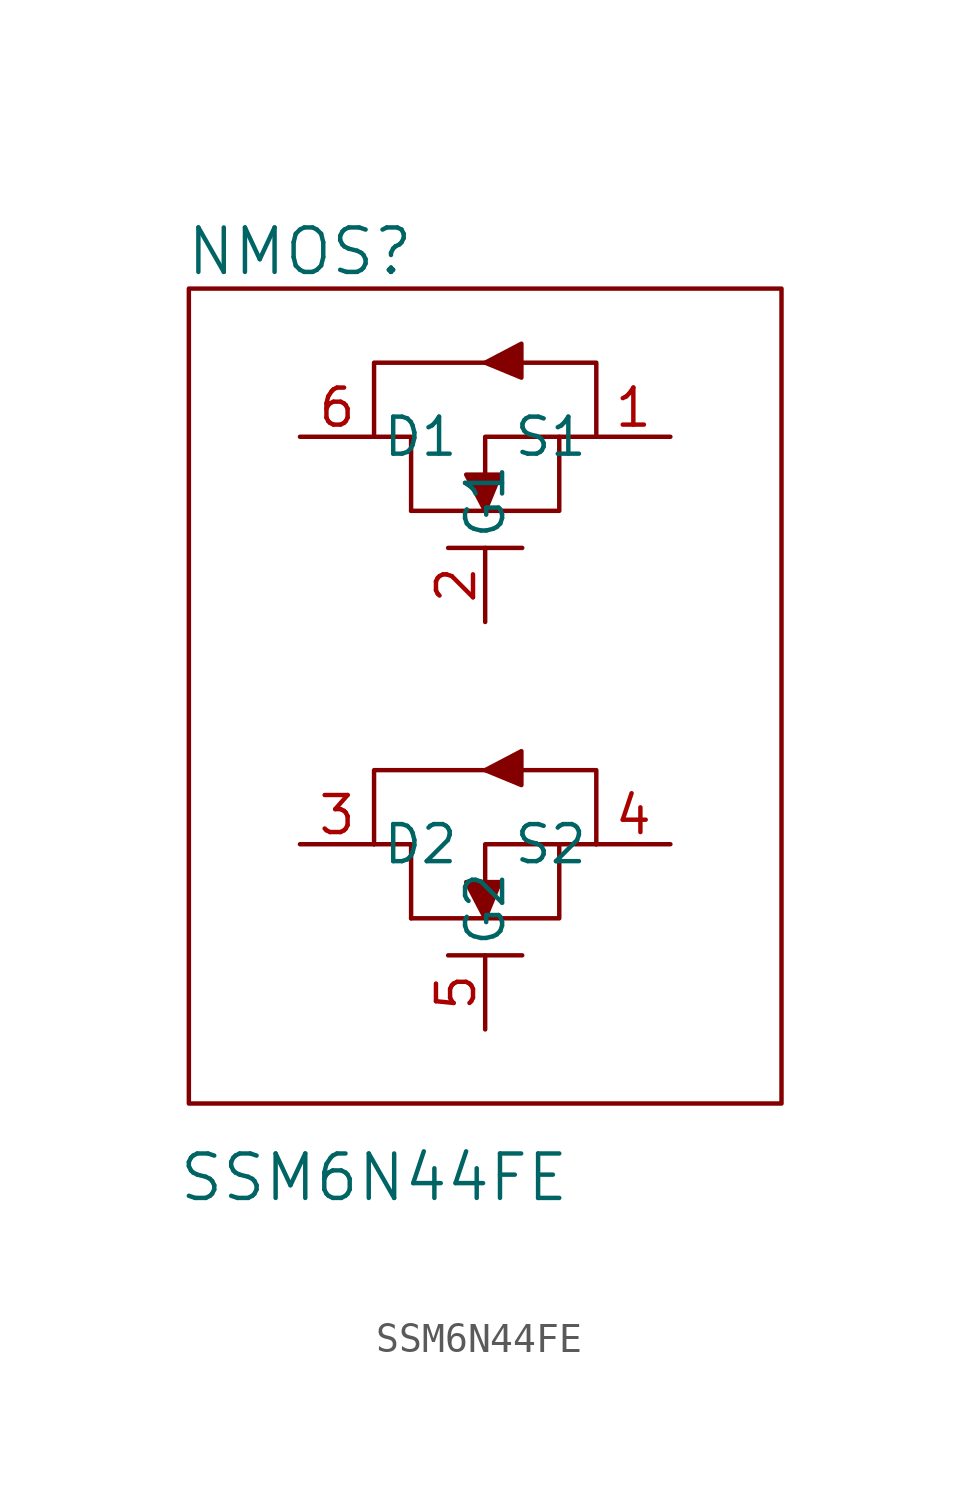
<source format=kicad_sym>
(kicad_symbol_lib
  (version 20220914)
  (generator kicad_symbol_editor)
  (symbol "SSM6N44FE"
    (pin_names
      (offset 0.254))
    (property "Reference" "NMOS"
      (at -6.35 12.7 0)
      (effects (font (size 1.524 1.524))))
    (property "Value" "SSM6N44FE"
      (at -3.81 -19.05 0)
      (effects (font (size 1.524 1.524))))
    (symbol "SSM6N44FE_1_1"
      (rectangle (start -10.16 11.43) (end 10.16 -16.51) (stroke (width 0) (type default)) (fill (type none)))
      (polyline (pts (xy -1.27 -11.43) (xy 1.27 -11.43)) (stroke (width 0) (type default)) (fill (type none)))
      (polyline (pts (xy -1.27 2.54) (xy 1.27 2.54)) (stroke (width 0) (type default)) (fill (type none)))
      (polyline (pts (xy -3.81 -7.62) (xy -3.81 -5.08) (xy 0 -5.08)) (stroke (width 0) (type default)) (fill (type none)))
      (polyline (pts (xy -3.81 6.35) (xy -3.81 8.89) (xy 0 8.89)) (stroke (width 0) (type default)) (fill (type none)))
      (polyline (pts (xy -2.54 -10.16) (xy -2.54 -7.62) (xy -3.81 -7.62)) (stroke (width 0) (type default)) (fill (type none)))
      (polyline (pts (xy -2.54 3.81) (xy -2.54 6.35) (xy -3.81 6.35)) (stroke (width 0) (type default)) (fill (type none)))
      (polyline (pts (xy 2.54 -7.62) (xy 0 -7.62) (xy 0 -10.16)) (stroke (width 0) (type default)) (fill (type none)))
      (polyline (pts (xy 2.54 6.35) (xy 0 6.35) (xy 0 3.81)) (stroke (width 0) (type default)) (fill (type none)))
      (polyline (pts (xy 3.81 -7.62) (xy 3.81 -5.08) (xy 1.27 -5.08)) (stroke (width 0) (type default)) (fill (type none)))
      (polyline (pts (xy 3.81 6.35) (xy 3.81 8.89) (xy 1.27 8.89)) (stroke (width 0) (type default)) (fill (type none)))
      (polyline (pts (xy -2.54 -10.16) (xy 2.54 -10.16) (xy 2.54 -7.62) (xy 3.81 -7.62)) (stroke (width 0) (type default)) (fill (type none)))
      (polyline (pts (xy -2.54 3.81) (xy 2.54 3.81) (xy 2.54 6.35) (xy 3.81 6.35)) (stroke (width 0) (type default)) (fill (type none)))
      (polyline (pts (xy 0 -10.16) (xy 0.512 -8.918) (xy -0.651 -8.918) (xy 0 -10.16)) (stroke (width 0) (type default)) (fill (type outline)))
      (polyline (pts (xy 0 -5.08) (xy 1.242 -5.592) (xy 1.242 -4.429) (xy 0 -5.08)) (stroke (width 0) (type default)) (fill (type outline)))
      (polyline (pts (xy 0 3.81) (xy 0.512 5.052) (xy -0.651 5.052) (xy 0 3.81)) (stroke (width 0) (type default)) (fill (type outline)))
      (polyline (pts (xy 0 8.89) (xy 1.242 8.378) (xy 1.242 9.541) (xy 0 8.89)) (stroke (width 0) (type default)) (fill (type outline)))
      (pin unspecified line (at 6.35 6.35 180) (length 2.54) (name "S1" (effects (font (size 1.27 1.27)))) (number "1" (effects (font (size 1.27 1.27)))))
      (pin unspecified line (at 0 0 90) (length 2.54) (name "G1" (effects (font (size 1.27 1.27)))) (number "2" (effects (font (size 1.27 1.27)))))
      (pin unspecified line (at -6.35 -7.62 0) (length 2.54) (name "D2" (effects (font (size 1.27 1.27)))) (number "3" (effects (font (size 1.27 1.27)))))
      (pin unspecified line (at 6.35 -7.62 180) (length 2.54) (name "S2" (effects (font (size 1.27 1.27)))) (number "4" (effects (font (size 1.27 1.27)))))
      (pin unspecified line (at 0 -13.97 90) (length 2.54) (name "G2" (effects (font (size 1.27 1.27)))) (number "5" (effects (font (size 1.27 1.27)))))
      (pin unspecified line (at -6.35 6.35 0) (length 2.54) (name "D1" (effects (font (size 1.27 1.27)))) (number "6" (effects (font (size 1.27 1.27))))))))
</source>
